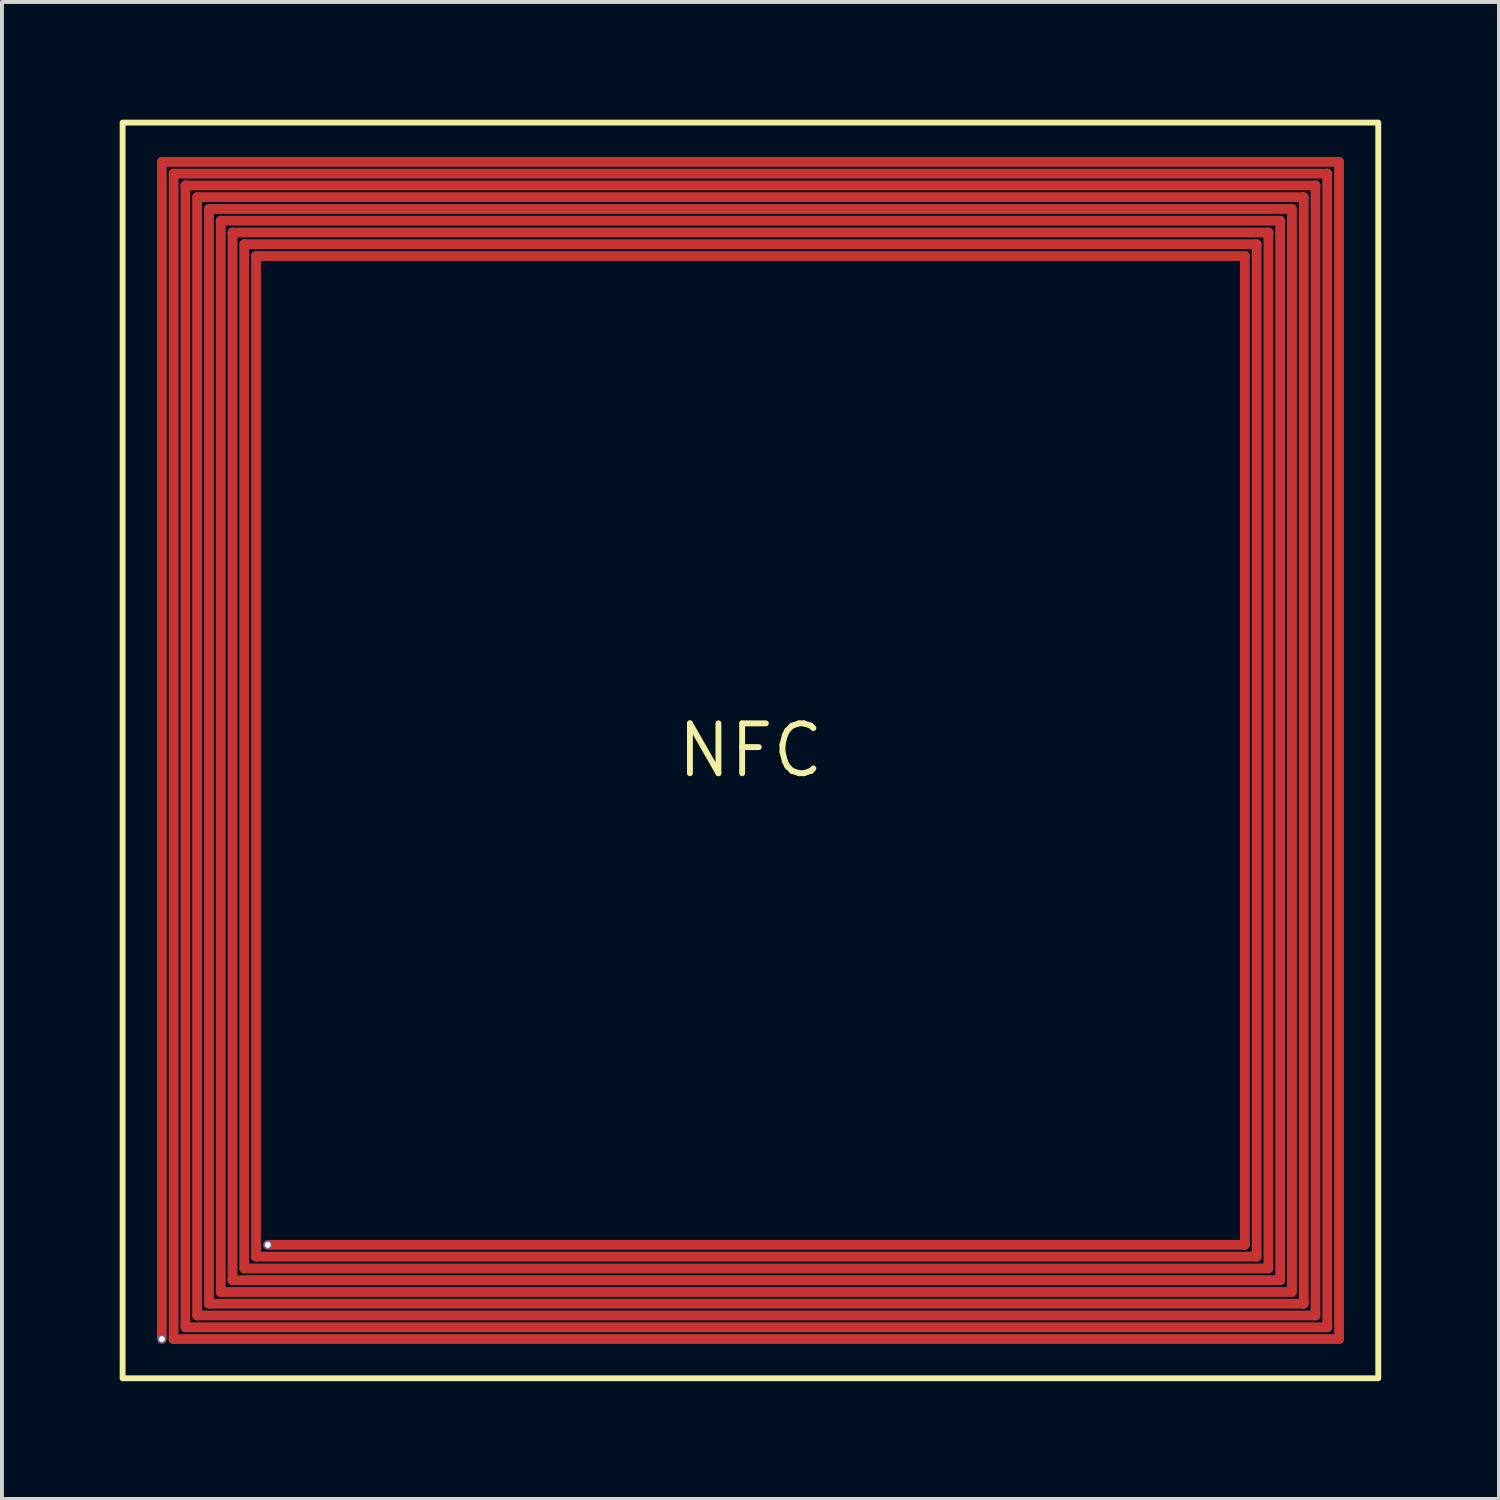
<source format=kicad_pcb>
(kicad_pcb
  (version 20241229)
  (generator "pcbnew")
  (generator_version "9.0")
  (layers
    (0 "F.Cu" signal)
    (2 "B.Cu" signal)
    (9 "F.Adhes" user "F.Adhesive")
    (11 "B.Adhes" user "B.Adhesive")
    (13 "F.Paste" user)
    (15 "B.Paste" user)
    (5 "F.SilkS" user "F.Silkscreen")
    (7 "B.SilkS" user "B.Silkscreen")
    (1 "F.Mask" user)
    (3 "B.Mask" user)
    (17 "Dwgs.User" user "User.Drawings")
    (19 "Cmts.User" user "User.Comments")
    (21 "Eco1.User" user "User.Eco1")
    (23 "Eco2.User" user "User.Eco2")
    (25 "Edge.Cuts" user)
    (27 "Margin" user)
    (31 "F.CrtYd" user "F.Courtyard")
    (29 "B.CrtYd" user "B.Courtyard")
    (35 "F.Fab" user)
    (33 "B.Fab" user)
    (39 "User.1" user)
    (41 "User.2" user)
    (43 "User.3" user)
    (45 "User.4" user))
  (footprint "NFC"
    (layer "F.Cu")
    (at 16.075 16.075)
    (property "Reference" "NFC" (at 0 0 0) (layer "F.SilkS") (effects (font (size 1.27 1.27) (thickness 0.15))))
    (fp_line (start -15 -15) (end 15 -15) (stroke (width 0.25) (type default)) (layer "F.Cu"))
    (fp_line (start -15 15) (end -15 -15) (stroke (width 0.25) (type default)) (layer "F.Cu"))
    (fp_line (start -14.7 -14.7) (end 14.7 -14.7) (stroke (width 0.25) (type default)) (layer "F.Cu"))
    (fp_line (start -14.7 15) (end -14.7 -14.7) (stroke (width 0.25) (type default)) (layer "F.Cu"))
    (fp_line (start -14.4 -14.4) (end 14.4 -14.4) (stroke (width 0.25) (type default)) (layer "F.Cu"))
    (fp_line (start -14.4 14.7) (end -14.4 -14.4) (stroke (width 0.25) (type default)) (layer "F.Cu"))
    (fp_line (start -14.1 -14.1) (end 14.1 -14.1) (stroke (width 0.25) (type default)) (layer "F.Cu"))
    (fp_line (start -14.1 14.4) (end -14.1 -14.1) (stroke (width 0.25) (type default)) (layer "F.Cu"))
    (fp_line (start -13.8 -13.8) (end 13.8 -13.8) (stroke (width 0.25) (type default)) (layer "F.Cu"))
    (fp_line (start -13.8 14.1) (end -13.8 -13.8) (stroke (width 0.25) (type default)) (layer "F.Cu"))
    (fp_line (start -13.5 -13.5) (end 13.5 -13.5) (stroke (width 0.25) (type default)) (layer "F.Cu"))
    (fp_line (start -13.5 13.8) (end -13.5 -13.5) (stroke (width 0.25) (type default)) (layer "F.Cu"))
    (fp_line (start -13.2 -13.2) (end 13.2 -13.2) (stroke (width 0.25) (type default)) (layer "F.Cu"))
    (fp_line (start -13.2 13.5) (end -13.2 -13.2) (stroke (width 0.25) (type default)) (layer "F.Cu"))
    (fp_line (start -12.9 -12.9) (end 12.9 -12.9) (stroke (width 0.25) (type default)) (layer "F.Cu"))
    (fp_line (start -12.9 13.2) (end -12.9 -12.9) (stroke (width 0.25) (type default)) (layer "F.Cu"))
    (fp_line (start -12.6 -12.6) (end 12.6 -12.6) (stroke (width 0.25) (type default)) (layer "F.Cu"))
    (fp_line (start -12.6 12.9) (end -12.6 -12.6) (stroke (width 0.25) (type default)) (layer "F.Cu"))
    (fp_line (start 12.6 -12.6) (end 12.6 12.6) (stroke (width 0.25) (type default)) (layer "F.Cu"))
    (fp_line (start 12.6 12.6) (end -12.3 12.6) (stroke (width 0.25) (type default)) (layer "F.Cu"))
    (fp_line (start 12.9 -12.9) (end 12.9 12.9) (stroke (width 0.25) (type default)) (layer "F.Cu"))
    (fp_line (start 12.9 12.9) (end -12.6 12.9) (stroke (width 0.25) (type default)) (layer "F.Cu"))
    (fp_line (start 13.2 -13.2) (end 13.2 13.2) (stroke (width 0.25) (type default)) (layer "F.Cu"))
    (fp_line (start 13.2 13.2) (end -12.9 13.2) (stroke (width 0.25) (type default)) (layer "F.Cu"))
    (fp_line (start 13.5 -13.5) (end 13.5 13.5) (stroke (width 0.25) (type default)) (layer "F.Cu"))
    (fp_line (start 13.5 13.5) (end -13.2 13.5) (stroke (width 0.25) (type default)) (layer "F.Cu"))
    (fp_line (start 13.8 -13.8) (end 13.8 13.8) (stroke (width 0.25) (type default)) (layer "F.Cu"))
    (fp_line (start 13.8 13.8) (end -13.5 13.8) (stroke (width 0.25) (type default)) (layer "F.Cu"))
    (fp_line (start 14.1 -14.1) (end 14.1 14.1) (stroke (width 0.25) (type default)) (layer "F.Cu"))
    (fp_line (start 14.1 14.1) (end -13.8 14.1) (stroke (width 0.25) (type default)) (layer "F.Cu"))
    (fp_line (start 14.4 -14.4) (end 14.4 14.4) (stroke (width 0.25) (type default)) (layer "F.Cu"))
    (fp_line (start 14.4 14.4) (end -14.1 14.4) (stroke (width 0.25) (type default)) (layer "F.Cu"))
    (fp_line (start 14.7 -14.7) (end 14.7 14.7) (stroke (width 0.25) (type default)) (layer "F.Cu"))
    (fp_line (start 14.7 14.7) (end -14.4 14.7) (stroke (width 0.25) (type default)) (layer "F.Cu"))
    (fp_line (start 15 -15) (end 15 15) (stroke (width 0.25) (type default)) (layer "F.Cu"))
    (fp_line (start 15 15) (end -14.7 15) (stroke (width 0.25) (type default)) (layer "F.Cu"))
    (fp_rect (start -16 -16) (end 16 16) (stroke (width 0.15) (type default)) (fill no) (layer "F.SilkS"))
    (pad "1" thru_hole circle (at -15 15) (size 0.2 0.2) (drill 0.15) (layers "*.Cu" "*.Mask"))
    (pad "2" thru_hole circle (at -12.3 12.6) (size 0.2 0.2) (drill 0.15) (layers "*.Cu" "*.Mask")))
  (gr_rect
    (start -3 -3)
    (end 35.15 35.15)
    (stroke (width 0.1) (type default))
    (fill no)
    (layer "Edge.Cuts")))
</source>
